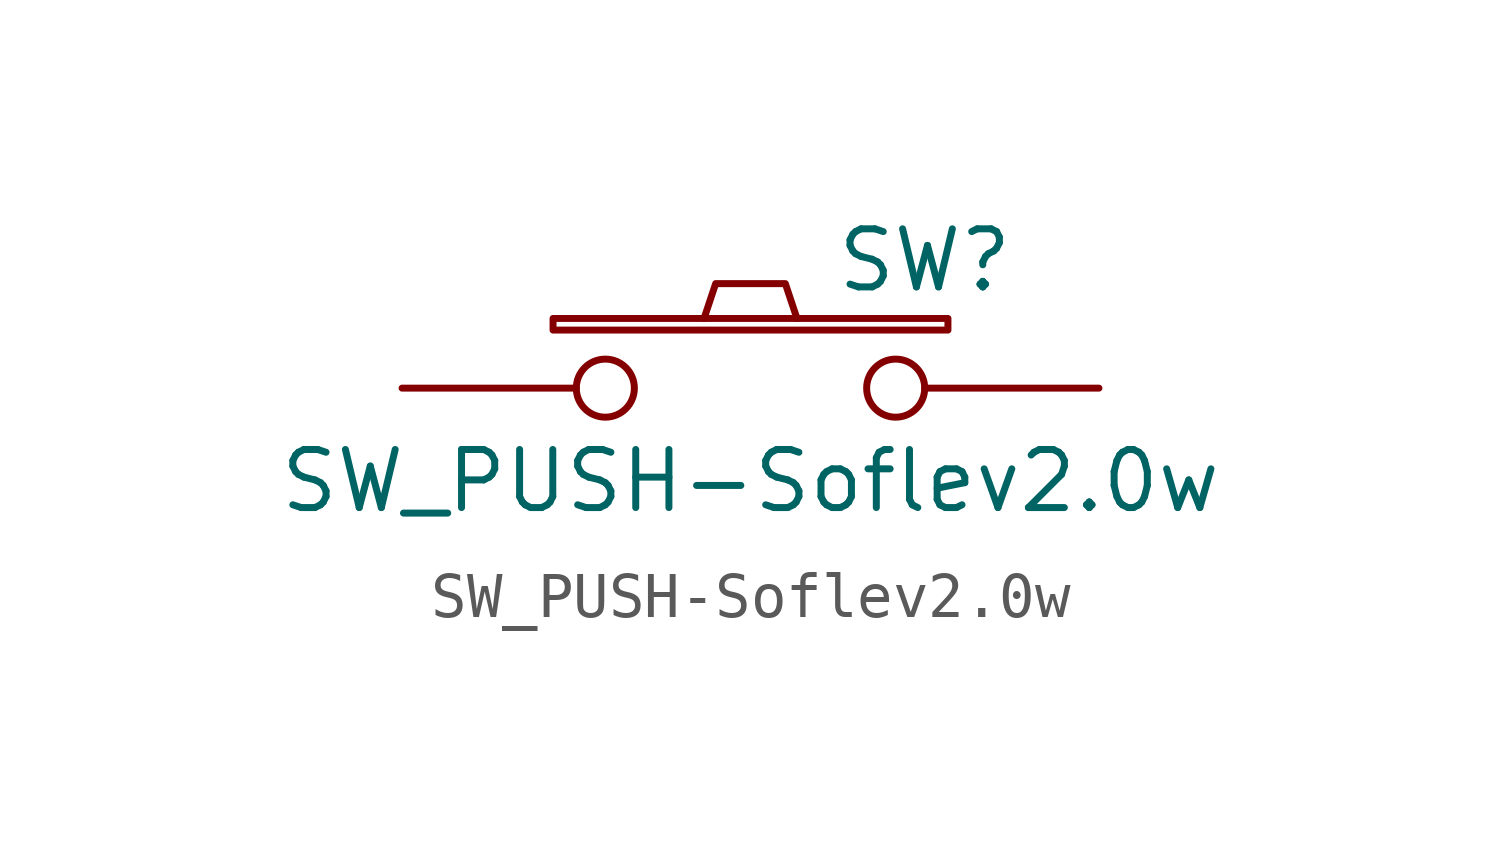
<source format=kicad_sym>
(kicad_symbol_lib
  (version 20220914)
  (generator kicad_symbol_editor)
  (symbol "SW_PUSH-Soflev2.0w"
    (pin_numbers hide)
    (pin_names
      (offset 1.016) hide)
    (property "Reference" "SW"
      (at 3.81 2.794 0)
      (effects (font (size 1.27 1.27))))
    (property "Value" "SW_PUSH-Soflev2.0w"
      (at 0 -2.032 0)
      (effects (font (size 1.27 1.27))))
    (property "Footprint" ""
      (at 0 0 0)
      (effects (font (size 1.27 1.27))))
    (property "Datasheet" ""
      (at 0 0 0)
      (effects (font (size 1.27 1.27))))
    (symbol "SW_PUSH-Soflev2.0w_0_1"
      (rectangle (start -4.318 1.27) (end 4.318 1.524) (stroke (width 0) (type solid)) (fill (type none)))
      (polyline (pts (xy -1.016 1.524) (xy -0.762 2.286) (xy 0.762 2.286) (xy 1.016 1.524)) (stroke (width 0) (type solid)) (fill (type none)))
      (pin passive inverted (at -7.62 0 0) (length 5.08) (name "1" (effects (font (size 1.27 1.27)))) (number "1" (effects (font (size 1.27 1.27)))))
      (pin passive inverted (at 7.62 0 180) (length 5.08) (name "2" (effects (font (size 1.27 1.27)))) (number "2" (effects (font (size 1.27 1.27))))))))
</source>
